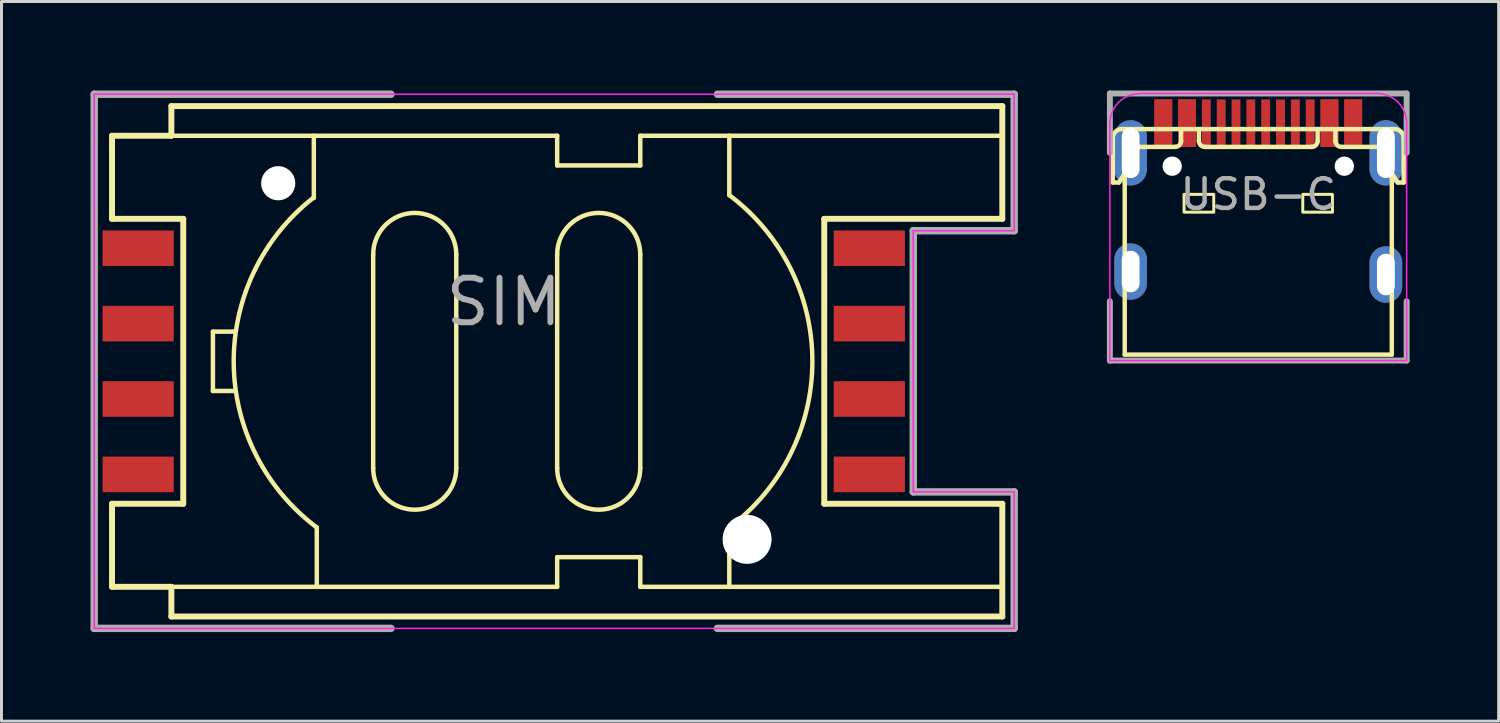
<source format=kicad_pcb>
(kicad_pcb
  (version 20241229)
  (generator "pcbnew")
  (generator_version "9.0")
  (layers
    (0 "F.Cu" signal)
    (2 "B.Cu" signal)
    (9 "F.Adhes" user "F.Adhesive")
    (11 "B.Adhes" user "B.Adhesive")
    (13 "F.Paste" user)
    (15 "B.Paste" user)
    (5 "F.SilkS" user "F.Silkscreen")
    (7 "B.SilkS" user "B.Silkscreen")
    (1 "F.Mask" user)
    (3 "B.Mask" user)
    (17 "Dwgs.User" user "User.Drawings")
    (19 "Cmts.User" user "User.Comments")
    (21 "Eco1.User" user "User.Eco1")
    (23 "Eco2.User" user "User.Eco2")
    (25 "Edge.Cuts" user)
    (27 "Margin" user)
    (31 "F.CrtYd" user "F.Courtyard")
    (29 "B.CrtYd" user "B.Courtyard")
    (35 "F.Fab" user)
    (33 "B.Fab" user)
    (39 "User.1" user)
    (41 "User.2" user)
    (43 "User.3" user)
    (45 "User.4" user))
  (footprint "USB-C"
    (layer "F.Cu")
    (at 39.35 4.1)
    (property "Reference" "USB-C" (at 0 -0.6 180) (layer "F.Fab") (effects (font (size 1 1) (thickness 0.15))))
    (attr smd)
    (fp_line (start -4.9 -2.5) (end -4.9 -1) (stroke (width 0.15) (type solid)) (layer "F.SilkS"))
    (fp_line (start -4.9 -1) (end -4.7 -1) (stroke (width 0.15) (type solid)) (layer "F.SilkS"))
    (fp_line (start -4.7 -1) (end -4.5 -1.3) (stroke (width 0.15) (type solid)) (layer "F.SilkS"))
    (fp_line (start -4.5 4.8) (end -4.5 -2.2) (stroke (width 0.15) (type solid)) (layer "F.SilkS"))
    (fp_line (start -2.8 -2.2) (end -4.5 -2.2) (stroke (width 0.15) (type solid)) (layer "F.SilkS"))
    (fp_line (start -2.6 -2.8) (end -2.6 -2.4) (stroke (width 0.15) (type solid)) (layer "F.SilkS"))
    (fp_line (start -2 -2.8) (end -2 -2.4) (stroke (width 0.15) (type solid)) (layer "F.SilkS"))
    (fp_line (start 1.8 -2.2) (end -1.8 -2.2) (stroke (width 0.15) (type solid)) (layer "F.SilkS"))
    (fp_line (start 2 -2.8) (end 2 -2.4) (stroke (width 0.15) (type solid)) (layer "F.SilkS"))
    (fp_line (start 2.6 -2.8) (end 2.6 -2.4) (stroke (width 0.15) (type solid)) (layer "F.SilkS"))
    (fp_line (start 2.8 -2.2) (end 4.5 -2.2) (stroke (width 0.15) (type solid)) (layer "F.SilkS"))
    (fp_line (start 4.5 4.8) (end -4.5 4.8) (stroke (width 0.15) (type solid)) (layer "F.SilkS"))
    (fp_line (start 4.5 4.8) (end 4.5 -2.2) (stroke (width 0.15) (type solid)) (layer "F.SilkS"))
    (fp_line (start 4.6 -2.8) (end -4.588 -2.8) (stroke (width 0.15) (type solid)) (layer "F.SilkS"))
    (fp_line (start 4.7 -1) (end 4.5 -1.3) (stroke (width 0.15) (type solid)) (layer "F.SilkS"))
    (fp_line (start 4.7 -1) (end 4.9 -1) (stroke (width 0.15) (type solid)) (layer "F.SilkS"))
    (fp_line (start 4.9 -2.5) (end 4.9 -1) (stroke (width 0.15) (type solid)) (layer "F.SilkS"))
    (fp_rect (start -2.5 -0.6) (end -1.5 0) (stroke (width 0.1) (type default)) (fill no) (layer "F.SilkS"))
    (fp_rect (start 1.5 -0.6) (end 2.5 0) (stroke (width 0.1) (type default)) (fill no) (layer "F.SilkS"))
    (fp_arc (start -4.9 -2.5) (mid -4.812132 -2.712132) (end -4.6 -2.8) (stroke (width 0.15) (type solid)) (layer "F.SilkS"))
    (fp_arc (start -2.6 -2.4) (mid -2.658578 -2.258578) (end -2.8 -2.2) (stroke (width 0.15) (type default)) (layer "F.SilkS"))
    (fp_arc (start -1.799998 -2.200002) (mid -1.94142 -2.25858) (end -1.999998 -2.400002) (stroke (width 0.15) (type default)) (layer "F.SilkS"))
    (fp_arc (start 1.999998 -2.400002) (mid 1.94142 -2.25858) (end 1.799998 -2.200002) (stroke (width 0.15) (type default)) (layer "F.SilkS"))
    (fp_arc (start 2.8 -2.2) (mid 2.658579 -2.258579) (end 2.6 -2.4) (stroke (width 0.15) (type default)) (layer "F.SilkS"))
    (fp_arc (start 4.6 -2.8) (mid 4.812132 -2.712132) (end 4.9 -2.5) (stroke (width 0.15) (type solid)) (layer "F.SilkS"))
    (fp_line (start -5 5) (end -5 -2.993) (stroke (width 0.05) (type solid)) (layer "F.CrtYd"))
    (fp_line (start 4 -4) (end -4 -4) (stroke (width 0.05) (type solid)) (layer "F.CrtYd"))
    (fp_line (start 5 5) (end -5 5) (stroke (width 0.05) (type solid)) (layer "F.CrtYd"))
    (fp_line (start 5 5) (end 5 -3) (stroke (width 0.05) (type solid)) (layer "F.CrtYd"))
    (fp_arc (start -4.999998 -2.992894) (mid -4.707104 -3.7) (end -3.999998 -3.992894) (stroke (width 0.05) (type default)) (layer "F.CrtYd"))
    (fp_arc (start 4 -4) (mid 4.707106 -3.707107) (end 5 -3) (stroke (width 0.05) (type default)) (layer "F.CrtYd"))
    (fp_line (start -5 -4) (end -5 -2) (stroke (width 0.2) (type default)) (layer "F.Fab"))
    (fp_line (start -5 -4) (end 5 -4) (stroke (width 0.2) (type default)) (layer "F.Fab"))
    (fp_line (start -5 3) (end -5 5) (stroke (width 0.2) (type default)) (layer "F.Fab"))
    (fp_line (start -5 5) (end 5 5) (stroke (width 0.2) (type default)) (layer "F.Fab"))
    (fp_line (start 5 -4) (end 5 -2) (stroke (width 0.2) (type default)) (layer "F.Fab"))
    (fp_line (start 5 3) (end 5 5) (stroke (width 0.2) (type default)) (layer "F.Fab"))
    (pad "" np_thru_hole circle (at -2.9 -1.55 90) (size 0.65 0.65) (drill 0.65) (layers "*.Cu" "*.Mask"))
    (pad "" np_thru_hole circle (at 2.9 -1.55 90) (size 0.65 0.65) (drill 0.65) (layers "*.Cu" "*.Mask"))
    (pad "A1" smd rect (at -3.2 -3 90) (size 1.6 0.6) (layers "F.Cu" "F.Mask" "F.Paste"))
    (pad "A4" smd rect (at -2.4 -3 90) (size 1.6 0.6) (layers "F.Cu" "F.Mask" "F.Paste"))
    (pad "A5" smd rect (at -1.25 -3 90) (size 1.6 0.3) (layers "F.Cu" "F.Mask" "F.Paste"))
    (pad "A6" smd rect (at -0.25 -3 90) (size 1.6 0.3) (layers "F.Cu" "F.Mask" "F.Paste"))
    (pad "A7" smd rect (at 0.25 -3 90) (size 1.6 0.3) (layers "F.Cu" "F.Mask" "F.Paste"))
    (pad "A8" smd rect (at 1.25 -3 90) (size 1.6 0.3) (layers "F.Cu" "F.Mask" "F.Paste"))
    (pad "A9" smd rect (at 2.4 -3 90) (size 1.6 0.6) (layers "F.Cu" "F.Mask" "F.Paste"))
    (pad "A12" smd rect (at 3.2 -3 90) (size 1.6 0.6) (layers "F.Cu" "F.Mask" "F.Paste"))
    (pad "B1" smd rect (at 3.2 -3 90) (size 1.6 0.6) (layers "F.Cu" "F.Mask" "F.Paste"))
    (pad "B4" smd rect (at 2.4 -3 90) (size 1.6 0.6) (layers "F.Cu" "F.Mask" "F.Paste"))
    (pad "B5" smd rect (at 1.75 -3 90) (size 1.6 0.3) (layers "F.Cu" "F.Mask" "F.Paste"))
    (pad "B6" smd rect (at 0.75 -3 90) (size 1.6 0.3) (layers "F.Cu" "F.Mask" "F.Paste"))
    (pad "B7" smd rect (at -0.75 -3 90) (size 1.6 0.3) (layers "F.Cu" "F.Mask" "F.Paste"))
    (pad "B8" smd rect (at -1.75 -3 90) (size 1.6 0.3) (layers "F.Cu" "F.Mask" "F.Paste"))
    (pad "B9" smd rect (at -2.4 -3 90) (size 1.6 0.6) (layers "F.Cu" "F.Mask" "F.Paste"))
    (pad "B12" smd rect (at -3.2 -3 90) (size 1.6 0.6) (layers "F.Cu" "F.Mask" "F.Paste"))
    (pad "S1" thru_hole oval (at -4.3 -2 180) (size 1.1 2.2) (drill oval 0.6 1.7) (layers "*.Cu" "*.Mask"))
    (pad "S1" thru_hole oval (at -4.3 2 180) (size 1.1 1.9) (drill oval 0.6 1.4) (layers "*.Cu" "*.Mask"))
    (pad "S1" thru_hole oval (at 4.3 -2 180) (size 1.1 2.2) (drill oval 0.6 1.7) (layers "*.Cu" "*.Mask"))
    (pad "S1" thru_hole oval (at 4.3 2.1 180) (size 1.1 1.9) (drill oval 0.6 1.4) (layers "*.Cu" "*.Mask")))
  (footprint "SIM"
    (layer "F.Cu")
    (at 13.925 9.125)
    (property "Reference" "SIM" (at 0 -2 0) (layer "F.Fab") (effects (font (size 1.5 1.5) (thickness 0.2))))
    (attr through_hole)
    (fp_line (start -13.2 -7.6) (end -13.2 -4.8) (stroke (width 0.2) (type solid)) (layer "F.SilkS"))
    (fp_line (start -13.2 -7.6) (end -11.2 -7.6) (stroke (width 0.2) (type solid)) (layer "F.SilkS"))
    (fp_line (start -13.2 4.8) (end -10.8 4.8) (stroke (width 0.2) (type solid)) (layer "F.SilkS"))
    (fp_line (start -13.2 7.6) (end -13.2 4.8) (stroke (width 0.2) (type solid)) (layer "F.SilkS"))
    (fp_line (start -13.2 7.6) (end -11.2 7.6) (stroke (width 0.2) (type solid)) (layer "F.SilkS"))
    (fp_line (start -11.2 -8.6) (end -11.2 -7.6) (stroke (width 0.2) (type solid)) (layer "F.SilkS"))
    (fp_line (start -11.2 -7.6) (end 1.8 -7.6) (stroke (width 0.15) (type solid)) (layer "F.SilkS"))
    (fp_line (start -11.2 7.6) (end -11.2 8.6) (stroke (width 0.2) (type solid)) (layer "F.SilkS"))
    (fp_line (start -11.2 7.6) (end 1.8 7.6) (stroke (width 0.15) (type solid)) (layer "F.SilkS"))
    (fp_line (start -11.2 8.6) (end 16.8 8.6) (stroke (width 0.2) (type solid)) (layer "F.SilkS"))
    (fp_line (start -10.8 -4.8) (end -13.2 -4.8) (stroke (width 0.2) (type solid)) (layer "F.SilkS"))
    (fp_line (start -10.8 4.8) (end -10.8 -4.8) (stroke (width 0.2) (type solid)) (layer "F.SilkS"))
    (fp_line (start -9.8 -1) (end -9.8 1) (stroke (width 0.15) (type solid)) (layer "F.SilkS"))
    (fp_line (start -9.8 -1) (end -9.05 -1) (stroke (width 0.15) (type solid)) (layer "F.SilkS"))
    (fp_line (start -9.8 1) (end -9.05 1) (stroke (width 0.15) (type solid)) (layer "F.SilkS"))
    (fp_line (start -6.4 -5.5) (end -6.4 -7.6) (stroke (width 0.15) (type solid)) (layer "F.SilkS"))
    (fp_line (start -6.3 5.6) (end -6.3 7.6) (stroke (width 0.15) (type solid)) (layer "F.SilkS"))
    (fp_line (start -4.4 -3.6) (end -4.4 3.6) (stroke (width 0.15) (type solid)) (layer "F.SilkS"))
    (fp_line (start -1.6 3.6) (end -1.6 -3.6) (stroke (width 0.15) (type solid)) (layer "F.SilkS"))
    (fp_line (start 1.8 -7.6) (end 1.8 -6.6) (stroke (width 0.15) (type solid)) (layer "F.SilkS"))
    (fp_line (start 1.8 -6.6) (end 4.6 -6.6) (stroke (width 0.15) (type solid)) (layer "F.SilkS"))
    (fp_line (start 1.8 -3.6) (end 1.8 3.6) (stroke (width 0.15) (type solid)) (layer "F.SilkS"))
    (fp_line (start 1.8 6.6) (end 1.8 7.6) (stroke (width 0.15) (type solid)) (layer "F.SilkS"))
    (fp_line (start 1.8 6.6) (end 4.6 6.6) (stroke (width 0.15) (type solid)) (layer "F.SilkS"))
    (fp_line (start 4.6 -7.6) (end 16.8 -7.6) (stroke (width 0.15) (type solid)) (layer "F.SilkS"))
    (fp_line (start 4.6 -6.6) (end 4.6 -7.6) (stroke (width 0.15) (type solid)) (layer "F.SilkS"))
    (fp_line (start 4.6 3.6) (end 4.6 -3.6) (stroke (width 0.15) (type solid)) (layer "F.SilkS"))
    (fp_line (start 4.6 7.6) (end 4.6 6.6) (stroke (width 0.15) (type solid)) (layer "F.SilkS"))
    (fp_line (start 4.6 7.6) (end 16.8 7.6) (stroke (width 0.15) (type solid)) (layer "F.SilkS"))
    (fp_line (start 7.6 -5.6) (end 7.6 -7.6) (stroke (width 0.15) (type solid)) (layer "F.SilkS"))
    (fp_line (start 7.6 5.6) (end 7.6 7.6) (stroke (width 0.15) (type solid)) (layer "F.SilkS"))
    (fp_line (start 10.8 -4.8) (end 16.8 -4.8) (stroke (width 0.2) (type solid)) (layer "F.SilkS"))
    (fp_line (start 10.8 4.8) (end 10.8 -4.8) (stroke (width 0.2) (type solid)) (layer "F.SilkS"))
    (fp_line (start 16.8 -8.6) (end -11.2 -8.6) (stroke (width 0.2) (type solid)) (layer "F.SilkS"))
    (fp_line (start 16.8 -4.8) (end 16.8 -8.6) (stroke (width 0.2) (type solid)) (layer "F.SilkS"))
    (fp_line (start 16.8 4.8) (end 10.8 4.8) (stroke (width 0.2) (type solid)) (layer "F.SilkS"))
    (fp_line (start 16.8 8.6) (end 16.8 4.8) (stroke (width 0.2) (type solid)) (layer "F.SilkS"))
    (fp_arc (start -6.3 5.6) (mid -9.099577 0.07698) (end -6.422145 -5.506275) (stroke (width 0.15) (type solid)) (layer "F.SilkS"))
    (fp_arc (start -4.4 -3.6) (mid -3 -5) (end -1.6 -3.6) (stroke (width 0.15) (type solid)) (layer "F.SilkS"))
    (fp_arc (start -1.6 3.6) (mid -3 5) (end -4.4 3.6) (stroke (width 0.15) (type solid)) (layer "F.SilkS"))
    (fp_arc (start 1.8 -3.6) (mid 3.2 -5) (end 4.6 -3.6) (stroke (width 0.15) (type solid)) (layer "F.SilkS"))
    (fp_arc (start 4.6 3.6) (mid 3.2 5) (end 1.8 3.6) (stroke (width 0.15) (type solid)) (layer "F.SilkS"))
    (fp_arc (start 7.6 -5.6) (mid 10.4 0) (end 7.6 5.6) (stroke (width 0.15) (type solid)) (layer "F.SilkS"))
    (fp_line (start -13.8 -9) (end -13.8 9) (stroke (width 0.05) (type solid)) (layer "F.CrtYd"))
    (fp_line (start -13.8 9) (end 17.2 9) (stroke (width 0.05) (type solid)) (layer "F.CrtYd"))
    (fp_line (start 13.8 -4.4) (end 17.2 -4.4) (stroke (width 0.05) (type solid)) (layer "F.CrtYd"))
    (fp_line (start 13.8 4.4) (end 13.8 -4.4) (stroke (width 0.05) (type solid)) (layer "F.CrtYd"))
    (fp_line (start 17.2 -9) (end -13.8 -9) (stroke (width 0.05) (type solid)) (layer "F.CrtYd"))
    (fp_line (start 17.2 -4.4) (end 17.2 -9) (stroke (width 0.05) (type solid)) (layer "F.CrtYd"))
    (fp_line (start 17.2 4.4) (end 13.8 4.4) (stroke (width 0.05) (type solid)) (layer "F.CrtYd"))
    (fp_line (start 17.2 9) (end 17.2 4.4) (stroke (width 0.05) (type solid)) (layer "F.CrtYd"))
    (fp_line (start -13.8 -9) (end -13.8 9) (stroke (width 0.25) (type solid)) (layer "F.Fab"))
    (fp_line (start -13.8 -9) (end -3.8 -9) (stroke (width 0.25) (type solid)) (layer "F.Fab"))
    (fp_line (start -13.8 9) (end -3.8 9) (stroke (width 0.25) (type solid)) (layer "F.Fab"))
    (fp_line (start 7.2 -9) (end 17.2 -9) (stroke (width 0.25) (type solid)) (layer "F.Fab"))
    (fp_line (start 7.2 9) (end 17.2 9) (stroke (width 0.25) (type solid)) (layer "F.Fab"))
    (fp_line (start 13.8 -4.4) (end 17.2 -4.4) (stroke (width 0.25) (type solid)) (layer "F.Fab"))
    (fp_line (start 13.8 4.4) (end 13.8 -4.4) (stroke (width 0.25) (type solid)) (layer "F.Fab"))
    (fp_line (start 17.2 -4.4) (end 17.2 -9) (stroke (width 0.25) (type solid)) (layer "F.Fab"))
    (fp_line (start 17.2 4.4) (end 13.8 4.4) (stroke (width 0.25) (type solid)) (layer "F.Fab"))
    (fp_line (start 17.2 9) (end 17.2 4.4) (stroke (width 0.25) (type solid)) (layer "F.Fab"))
    (pad "" np_thru_hole circle (at -7.6 -6) (size 1.15 1.15) (drill 1.15) (layers "*.Cu" "*.Mask"))
    (pad "" np_thru_hole circle (at 8.2 6) (size 1.65 1.65) (drill 1.65) (layers "*.Cu" "*.Mask"))
    (pad "1" smd rect (at -12.319 3.81) (size 2.4 1.2) (layers "F.Cu" "F.Mask" "F.Paste"))
    (pad "2" smd rect (at -12.319 1.27) (size 2.4 1.2) (layers "F.Cu" "F.Mask" "F.Paste"))
    (pad "3" smd rect (at -12.319 -1.27) (size 2.4 1.2) (layers "F.Cu" "F.Mask" "F.Paste"))
    (pad "4" smd rect (at -12.319 -3.81) (size 2.4 1.2) (layers "F.Cu" "F.Mask" "F.Paste"))
    (pad "5" smd rect (at 12.319 3.81) (size 2.4 1.2) (layers "F.Cu" "F.Mask" "F.Paste"))
    (pad "6" smd rect (at 12.319 1.27) (size 2.4 1.2) (layers "F.Cu" "F.Mask" "F.Paste"))
    (pad "7" smd rect (at 12.319 -1.27) (size 2.4 1.2) (layers "F.Cu" "F.Mask" "F.Paste"))
    (pad "8" smd rect (at 12.319 -3.81) (size 2.4 1.2) (layers "F.Cu" "F.Mask" "F.Paste")))
  (gr_rect
    (start -3 -3)
    (end 47.45 21.25)
    (stroke (width 0.1) (type default))
    (fill no)
    (layer "Edge.Cuts")))
</source>
